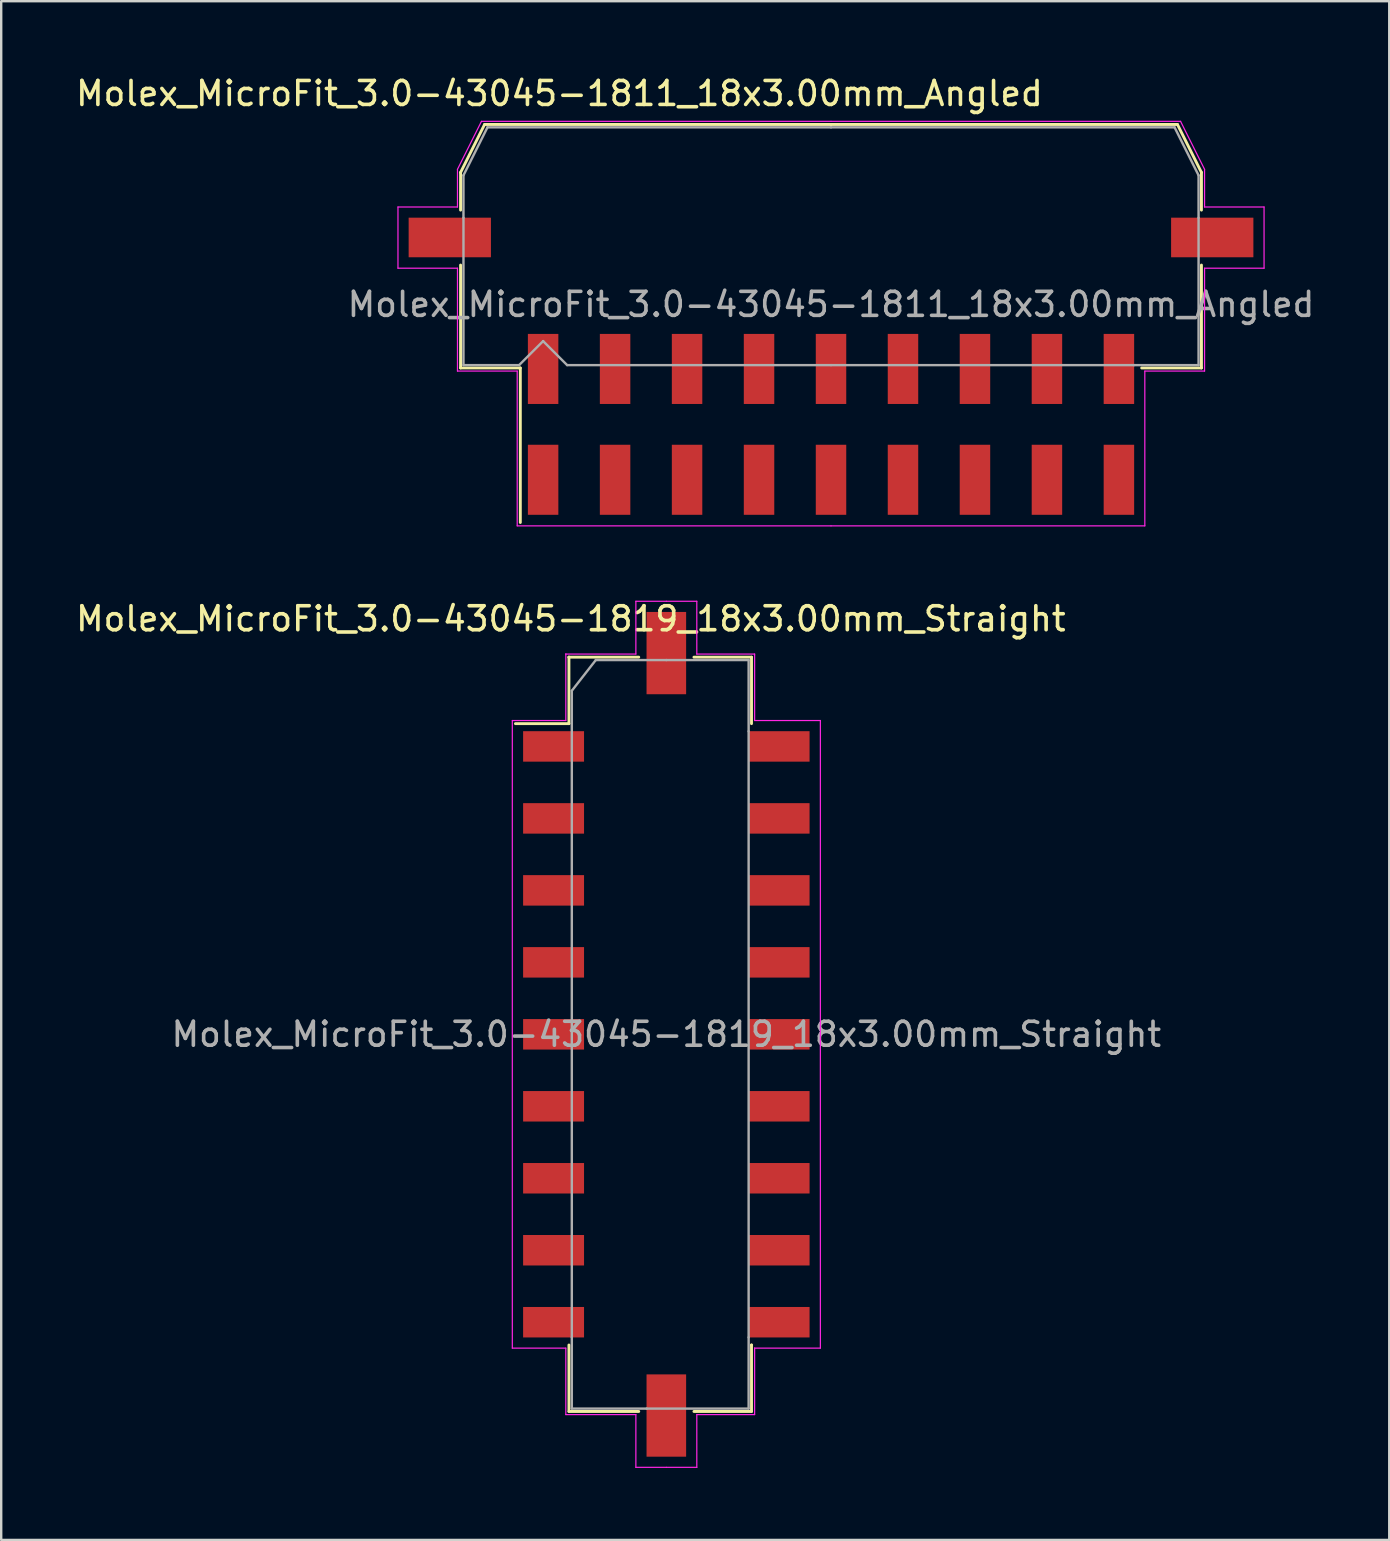
<source format=kicad_pcb>
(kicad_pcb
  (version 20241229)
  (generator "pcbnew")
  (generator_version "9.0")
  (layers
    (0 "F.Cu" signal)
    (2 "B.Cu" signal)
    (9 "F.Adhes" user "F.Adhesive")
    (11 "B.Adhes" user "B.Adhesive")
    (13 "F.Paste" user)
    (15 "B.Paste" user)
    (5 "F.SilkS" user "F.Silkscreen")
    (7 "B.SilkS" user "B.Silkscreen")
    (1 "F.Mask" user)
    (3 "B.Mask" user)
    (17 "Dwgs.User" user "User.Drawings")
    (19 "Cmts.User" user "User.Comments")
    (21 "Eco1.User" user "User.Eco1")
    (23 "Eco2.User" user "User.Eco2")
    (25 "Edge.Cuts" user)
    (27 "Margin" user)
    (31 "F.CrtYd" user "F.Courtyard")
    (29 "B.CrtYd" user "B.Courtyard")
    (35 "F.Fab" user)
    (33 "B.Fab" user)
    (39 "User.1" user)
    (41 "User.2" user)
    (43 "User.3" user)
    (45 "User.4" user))
  (footprint "Molex_MicroFit_3.0-43045-1819_18x3.00mm_Straight"
    (layer "F.Cu")
    (at 24.724 40.062)
    (property "Reference" "Molex_MicroFit_3.0-43045-1819_18x3.00mm_Straight" (at -3.98 -17.32 0) (layer "F.SilkS") (effects (font (size 1 1) (thickness 0.15))))
    (attr smd)
    (fp_line (start -6.29 -12.95) (end -4.06 -12.95) (stroke (width 0.12) (type solid)) (layer "F.SilkS"))
    (fp_line (start -4.06 -15.72) (end -4.06 -15.72) (stroke (width 0.12) (type solid)) (layer "F.SilkS"))
    (fp_line (start -4.06 -15.72) (end -1.15 -15.72) (stroke (width 0.12) (type solid)) (layer "F.SilkS"))
    (fp_line (start -4.06 -12.95) (end -4.06 -15.72) (stroke (width 0.12) (type solid)) (layer "F.SilkS"))
    (fp_line (start -4.06 15.72) (end -4.06 12.95) (stroke (width 0.12) (type solid)) (layer "F.SilkS"))
    (fp_line (start -1.15 15.72) (end -4.06 15.72) (stroke (width 0.12) (type solid)) (layer "F.SilkS"))
    (fp_line (start 1.15 -15.72) (end 3.55 -15.72) (stroke (width 0.12) (type solid)) (layer "F.SilkS"))
    (fp_line (start 3.55 -15.72) (end 3.55 -12.95) (stroke (width 0.12) (type solid)) (layer "F.SilkS"))
    (fp_line (start 3.55 12.95) (end 3.55 12.95) (stroke (width 0.12) (type solid)) (layer "F.SilkS"))
    (fp_line (start 3.55 12.95) (end 3.55 15.72) (stroke (width 0.12) (type solid)) (layer "F.SilkS"))
    (fp_line (start 3.55 15.72) (end 1.15 15.72) (stroke (width 0.12) (type solid)) (layer "F.SilkS"))
    (fp_line (start -6.42 -13.08) (end -4.19 -13.08) (stroke (width 0.05) (type solid)) (layer "F.CrtYd"))
    (fp_line (start -6.42 13.08) (end -6.42 -13.08) (stroke (width 0.05) (type solid)) (layer "F.CrtYd"))
    (fp_line (start -4.19 -15.85) (end -4.19 -15.85) (stroke (width 0.05) (type solid)) (layer "F.CrtYd"))
    (fp_line (start -4.19 -15.85) (end -1.27 -15.85) (stroke (width 0.05) (type solid)) (layer "F.CrtYd"))
    (fp_line (start -4.19 -13.08) (end -4.19 -15.85) (stroke (width 0.05) (type solid)) (layer "F.CrtYd"))
    (fp_line (start -4.19 13.08) (end -6.42 13.08) (stroke (width 0.05) (type solid)) (layer "F.CrtYd"))
    (fp_line (start -4.19 15.85) (end -4.19 13.08) (stroke (width 0.05) (type solid)) (layer "F.CrtYd"))
    (fp_line (start -1.27 -18.05) (end 0 -18.05) (stroke (width 0.05) (type solid)) (layer "F.CrtYd"))
    (fp_line (start -1.27 -15.85) (end -1.27 -18.05) (stroke (width 0.05) (type solid)) (layer "F.CrtYd"))
    (fp_line (start -1.27 15.85) (end -4.19 15.85) (stroke (width 0.05) (type solid)) (layer "F.CrtYd"))
    (fp_line (start -1.27 18.05) (end -1.27 15.85) (stroke (width 0.05) (type solid)) (layer "F.CrtYd"))
    (fp_line (start 0 -18.05) (end 1.27 -18.05) (stroke (width 0.05) (type solid)) (layer "F.CrtYd"))
    (fp_line (start 0 18.05) (end -1.27 18.05) (stroke (width 0.05) (type solid)) (layer "F.CrtYd"))
    (fp_line (start 1.27 -18.05) (end 1.27 -15.85) (stroke (width 0.05) (type solid)) (layer "F.CrtYd"))
    (fp_line (start 1.27 -15.85) (end 3.68 -15.85) (stroke (width 0.05) (type solid)) (layer "F.CrtYd"))
    (fp_line (start 1.27 15.85) (end 1.27 18.05) (stroke (width 0.05) (type solid)) (layer "F.CrtYd"))
    (fp_line (start 1.27 18.05) (end 0 18.05) (stroke (width 0.05) (type solid)) (layer "F.CrtYd"))
    (fp_line (start 3.68 -15.85) (end 3.68 -13.08) (stroke (width 0.05) (type solid)) (layer "F.CrtYd"))
    (fp_line (start 3.68 -13.08) (end 6.42 -13.08) (stroke (width 0.05) (type solid)) (layer "F.CrtYd"))
    (fp_line (start 3.68 13.08) (end 3.68 13.08) (stroke (width 0.05) (type solid)) (layer "F.CrtYd"))
    (fp_line (start 3.68 13.08) (end 3.68 15.85) (stroke (width 0.05) (type solid)) (layer "F.CrtYd"))
    (fp_line (start 3.68 15.85) (end 1.27 15.85) (stroke (width 0.05) (type solid)) (layer "F.CrtYd"))
    (fp_line (start 6.42 -13.08) (end 6.42 13.08) (stroke (width 0.05) (type solid)) (layer "F.CrtYd"))
    (fp_line (start 6.42 13.08) (end 3.68 13.08) (stroke (width 0.05) (type solid)) (layer "F.CrtYd"))
    (fp_line (start -3.94 -14.32) (end -2.94 -15.6) (stroke (width 0.1) (type solid)) (layer "F.Fab"))
    (fp_line (start -3.94 12.63) (end -3.94 -14.32) (stroke (width 0.1) (type solid)) (layer "F.Fab"))
    (fp_line (start -3.94 15.6) (end -3.94 12.63) (stroke (width 0.1) (type solid)) (layer "F.Fab"))
    (fp_line (start -2.94 -15.6) (end 0 -15.6) (stroke (width 0.1) (type solid)) (layer "F.Fab"))
    (fp_line (start -0.82 15.6) (end -3.94 15.6) (stroke (width 0.1) (type solid)) (layer "F.Fab"))
    (fp_line (start 0 -15.6) (end 3.43 -15.6) (stroke (width 0.1) (type solid)) (layer "F.Fab"))
    (fp_line (start 3.43 -15.6) (end 3.43 -12.63) (stroke (width 0.1) (type solid)) (layer "F.Fab"))
    (fp_line (start 3.43 -12.63) (end 3.43 12.63) (stroke (width 0.1) (type solid)) (layer "F.Fab"))
    (fp_line (start 3.43 12.63) (end 3.43 15.6) (stroke (width 0.1) (type solid)) (layer "F.Fab"))
    (fp_line (start 3.43 15.6) (end -0.82 15.6) (stroke (width 0.1) (type solid)) (layer "F.Fab"))
    (fp_text user "${REFERENCE}" (at 0 0 0) (layer "F.Fab") (effects (font (size 1 1) (thickness 0.15))))
    (pad "" smd rect (at 0 -15.89) (size 1.65 3.43) (layers "F.Cu" "F.Mask" "F.Paste"))
    (pad "" smd rect (at 0 15.89) (size 1.65 3.43) (layers "F.Cu" "F.Mask" "F.Paste"))
    (pad "1" smd rect (at -4.7 -12) (size 2.54 1.27) (layers "F.Cu" "F.Mask" "F.Paste"))
    (pad "2" smd rect (at -4.7 -9) (size 2.54 1.27) (layers "F.Cu" "F.Mask" "F.Paste"))
    (pad "3" smd rect (at -4.7 -6) (size 2.54 1.27) (layers "F.Cu" "F.Mask" "F.Paste"))
    (pad "4" smd rect (at -4.7 -3) (size 2.54 1.27) (layers "F.Cu" "F.Mask" "F.Paste"))
    (pad "5" smd rect (at -4.7 0) (size 2.54 1.27) (layers "F.Cu" "F.Mask" "F.Paste"))
    (pad "6" smd rect (at -4.7 3) (size 2.54 1.27) (layers "F.Cu" "F.Mask" "F.Paste"))
    (pad "7" smd rect (at -4.7 6) (size 2.54 1.27) (layers "F.Cu" "F.Mask" "F.Paste"))
    (pad "8" smd rect (at -4.7 9) (size 2.54 1.27) (layers "F.Cu" "F.Mask" "F.Paste"))
    (pad "9" smd rect (at -4.7 12) (size 2.54 1.27) (layers "F.Cu" "F.Mask" "F.Paste"))
    (pad "10" smd rect (at 4.7 12) (size 2.54 1.27) (layers "F.Cu" "F.Mask" "F.Paste"))
    (pad "11" smd rect (at 4.7 9) (size 2.54 1.27) (layers "F.Cu" "F.Mask" "F.Paste"))
    (pad "12" smd rect (at 4.7 6) (size 2.54 1.27) (layers "F.Cu" "F.Mask" "F.Paste"))
    (pad "13" smd rect (at 4.7 3) (size 2.54 1.27) (layers "F.Cu" "F.Mask" "F.Paste"))
    (pad "14" smd rect (at 4.7 0) (size 2.54 1.27) (layers "F.Cu" "F.Mask" "F.Paste"))
    (pad "15" smd rect (at 4.7 -3) (size 2.54 1.27) (layers "F.Cu" "F.Mask" "F.Paste"))
    (pad "16" smd rect (at 4.7 -6) (size 2.54 1.27) (layers "F.Cu" "F.Mask" "F.Paste"))
    (pad "17" smd rect (at 4.7 -9) (size 2.54 1.27) (layers "F.Cu" "F.Mask" "F.Paste"))
    (pad "18" smd rect (at 4.7 -12) (size 2.54 1.27) (layers "F.Cu" "F.Mask" "F.Paste")))
  (footprint "Molex_MicroFit_3.0-43045-1811_18x3.00mm_Angled"
    (layer "F.Cu")
    (at 31.588 14.638)
    (property "Reference" "Molex_MicroFit_3.0-43045-1811_18x3.00mm_Angled" (at -11.32 -13.79 0) (layer "F.SilkS") (effects (font (size 1 1) (thickness 0.15))))
    (attr smd)
    (fp_line (start -15.44 -10.5) (end -15.44 -8.93) (stroke (width 0.12) (type solid)) (layer "F.SilkS"))
    (fp_line (start -15.44 -6.64) (end -15.44 -2.35) (stroke (width 0.12) (type solid)) (layer "F.SilkS"))
    (fp_line (start -15.44 -2.35) (end -12.95 -2.35) (stroke (width 0.12) (type solid)) (layer "F.SilkS"))
    (fp_line (start -14.44 -12.5) (end -15.44 -10.5) (stroke (width 0.12) (type solid)) (layer "F.SilkS"))
    (fp_line (start -12.95 -2.35) (end -12.95 4.09) (stroke (width 0.12) (type solid)) (layer "F.SilkS"))
    (fp_line (start 0 -12.5) (end -14.44 -12.5) (stroke (width 0.12) (type solid)) (layer "F.SilkS"))
    (fp_line (start 0 -12.5) (end 14.44 -12.5) (stroke (width 0.12) (type solid)) (layer "F.SilkS"))
    (fp_line (start 14.44 -12.5) (end 15.44 -10.5) (stroke (width 0.12) (type solid)) (layer "F.SilkS"))
    (fp_line (start 15.44 -10.5) (end 15.44 -8.93) (stroke (width 0.12) (type solid)) (layer "F.SilkS"))
    (fp_line (start 15.44 -6.64) (end 15.44 -2.35) (stroke (width 0.12) (type solid)) (layer "F.SilkS"))
    (fp_line (start 15.44 -2.35) (end 12.95 -2.35) (stroke (width 0.12) (type solid)) (layer "F.SilkS"))
    (fp_line (start -18.05 -9.06) (end -18.05 -6.51) (stroke (width 0.05) (type solid)) (layer "F.CrtYd"))
    (fp_line (start -18.05 -6.51) (end -15.57 -6.51) (stroke (width 0.05) (type solid)) (layer "F.CrtYd"))
    (fp_line (start -15.57 -10.63) (end -15.57 -9.06) (stroke (width 0.05) (type solid)) (layer "F.CrtYd"))
    (fp_line (start -15.57 -9.06) (end -18.05 -9.06) (stroke (width 0.05) (type solid)) (layer "F.CrtYd"))
    (fp_line (start -15.57 -6.51) (end -15.57 -2.22) (stroke (width 0.05) (type solid)) (layer "F.CrtYd"))
    (fp_line (start -15.57 -2.22) (end -13.08 -2.22) (stroke (width 0.05) (type solid)) (layer "F.CrtYd"))
    (fp_line (start -14.57 -12.63) (end -15.57 -10.63) (stroke (width 0.05) (type solid)) (layer "F.CrtYd"))
    (fp_line (start -13.08 -2.22) (end -13.08 4.23) (stroke (width 0.05) (type solid)) (layer "F.CrtYd"))
    (fp_line (start -13.08 4.23) (end 0 4.23) (stroke (width 0.05) (type solid)) (layer "F.CrtYd"))
    (fp_line (start 0 -12.63) (end -14.57 -12.63) (stroke (width 0.05) (type solid)) (layer "F.CrtYd"))
    (fp_line (start 0 -12.63) (end 14.57 -12.63) (stroke (width 0.05) (type solid)) (layer "F.CrtYd"))
    (fp_line (start 13.08 -2.22) (end 13.08 4.23) (stroke (width 0.05) (type solid)) (layer "F.CrtYd"))
    (fp_line (start 13.08 4.23) (end 0 4.23) (stroke (width 0.05) (type solid)) (layer "F.CrtYd"))
    (fp_line (start 14.57 -12.63) (end 15.57 -10.63) (stroke (width 0.05) (type solid)) (layer "F.CrtYd"))
    (fp_line (start 15.57 -10.63) (end 15.57 -9.06) (stroke (width 0.05) (type solid)) (layer "F.CrtYd"))
    (fp_line (start 15.57 -9.06) (end 18.05 -9.06) (stroke (width 0.05) (type solid)) (layer "F.CrtYd"))
    (fp_line (start 15.57 -6.51) (end 15.57 -2.22) (stroke (width 0.05) (type solid)) (layer "F.CrtYd"))
    (fp_line (start 15.57 -2.22) (end 13.08 -2.22) (stroke (width 0.05) (type solid)) (layer "F.CrtYd"))
    (fp_line (start 18.05 -9.06) (end 18.05 -6.51) (stroke (width 0.05) (type solid)) (layer "F.CrtYd"))
    (fp_line (start 18.05 -6.51) (end 15.57 -6.51) (stroke (width 0.05) (type solid)) (layer "F.CrtYd"))
    (fp_line (start -15.32 -10.38) (end -15.32 -8.61) (stroke (width 0.1) (type solid)) (layer "F.Fab"))
    (fp_line (start -15.32 -8.61) (end -15.32 -2.47) (stroke (width 0.1) (type solid)) (layer "F.Fab"))
    (fp_line (start -15.32 -2.47) (end -13 -2.47) (stroke (width 0.1) (type solid)) (layer "F.Fab"))
    (fp_line (start -14.32 -12.38) (end -15.32 -10.38) (stroke (width 0.1) (type solid)) (layer "F.Fab"))
    (fp_line (start -13 -2.47) (end -12 -3.47) (stroke (width 0.1) (type solid)) (layer "F.Fab"))
    (fp_line (start -12 -3.47) (end -11 -2.47) (stroke (width 0.1) (type solid)) (layer "F.Fab"))
    (fp_line (start -11 -2.47) (end 0 -2.47) (stroke (width 0.1) (type solid)) (layer "F.Fab"))
    (fp_line (start 0 -12.38) (end -14.32 -12.38) (stroke (width 0.1) (type solid)) (layer "F.Fab"))
    (fp_line (start 0 -12.38) (end 14.32 -12.38) (stroke (width 0.1) (type solid)) (layer "F.Fab"))
    (fp_line (start 12.63 -2.47) (end 0 -2.47) (stroke (width 0.1) (type solid)) (layer "F.Fab"))
    (fp_line (start 14.32 -12.38) (end 15.32 -10.38) (stroke (width 0.1) (type solid)) (layer "F.Fab"))
    (fp_line (start 15.32 -10.38) (end 15.32 -8.61) (stroke (width 0.1) (type solid)) (layer "F.Fab"))
    (fp_line (start 15.32 -8.61) (end 15.32 -2.47) (stroke (width 0.1) (type solid)) (layer "F.Fab"))
    (fp_line (start 15.32 -2.47) (end 12.63 -2.47) (stroke (width 0.1) (type solid)) (layer "F.Fab"))
    (fp_text user "${REFERENCE}" (at 0 -5 0) (layer "F.Fab") (effects (font (size 1 1) (thickness 0.15))))
    (pad "" smd rect (at -15.89 -7.79) (size 3.43 1.65) (layers "F.Cu" "F.Mask" "F.Paste"))
    (pad "" smd rect (at 15.89 -7.79) (size 3.43 1.65) (layers "F.Cu" "F.Mask" "F.Paste"))
    (pad "1" smd rect (at -12 -2.31) (size 1.27 2.92) (layers "F.Cu" "F.Mask" "F.Paste"))
    (pad "2" smd rect (at -9 -2.31) (size 1.27 2.92) (layers "F.Cu" "F.Mask" "F.Paste"))
    (pad "3" smd rect (at -6 -2.31) (size 1.27 2.92) (layers "F.Cu" "F.Mask" "F.Paste"))
    (pad "4" smd rect (at -3 -2.31) (size 1.27 2.92) (layers "F.Cu" "F.Mask" "F.Paste"))
    (pad "5" smd rect (at 0 -2.31) (size 1.27 2.92) (layers "F.Cu" "F.Mask" "F.Paste"))
    (pad "6" smd rect (at 3 -2.31) (size 1.27 2.92) (layers "F.Cu" "F.Mask" "F.Paste"))
    (pad "7" smd rect (at 6 -2.31) (size 1.27 2.92) (layers "F.Cu" "F.Mask" "F.Paste"))
    (pad "8" smd rect (at 9 -2.31) (size 1.27 2.92) (layers "F.Cu" "F.Mask" "F.Paste"))
    (pad "9" smd rect (at 12 -2.31) (size 1.27 2.92) (layers "F.Cu" "F.Mask" "F.Paste"))
    (pad "10" smd rect (at 12 2.31) (size 1.27 2.92) (layers "F.Cu" "F.Mask" "F.Paste"))
    (pad "11" smd rect (at 9 2.31) (size 1.27 2.92) (layers "F.Cu" "F.Mask" "F.Paste"))
    (pad "12" smd rect (at 6 2.31) (size 1.27 2.92) (layers "F.Cu" "F.Mask" "F.Paste"))
    (pad "13" smd rect (at 3 2.31) (size 1.27 2.92) (layers "F.Cu" "F.Mask" "F.Paste"))
    (pad "14" smd rect (at 0 2.31) (size 1.27 2.92) (layers "F.Cu" "F.Mask" "F.Paste"))
    (pad "15" smd rect (at -3 2.31) (size 1.27 2.92) (layers "F.Cu" "F.Mask" "F.Paste"))
    (pad "16" smd rect (at -6 2.31) (size 1.27 2.92) (layers "F.Cu" "F.Mask" "F.Paste"))
    (pad "17" smd rect (at -9 2.31) (size 1.27 2.92) (layers "F.Cu" "F.Mask" "F.Paste"))
    (pad "18" smd rect (at -12 2.31) (size 1.27 2.92) (layers "F.Cu" "F.Mask" "F.Paste")))
  (gr_rect
    (start -3 -3)
    (end 54.856 61.136)
    (stroke (width 0.1) (type default))
    (fill no)
    (layer "Edge.Cuts")))
</source>
